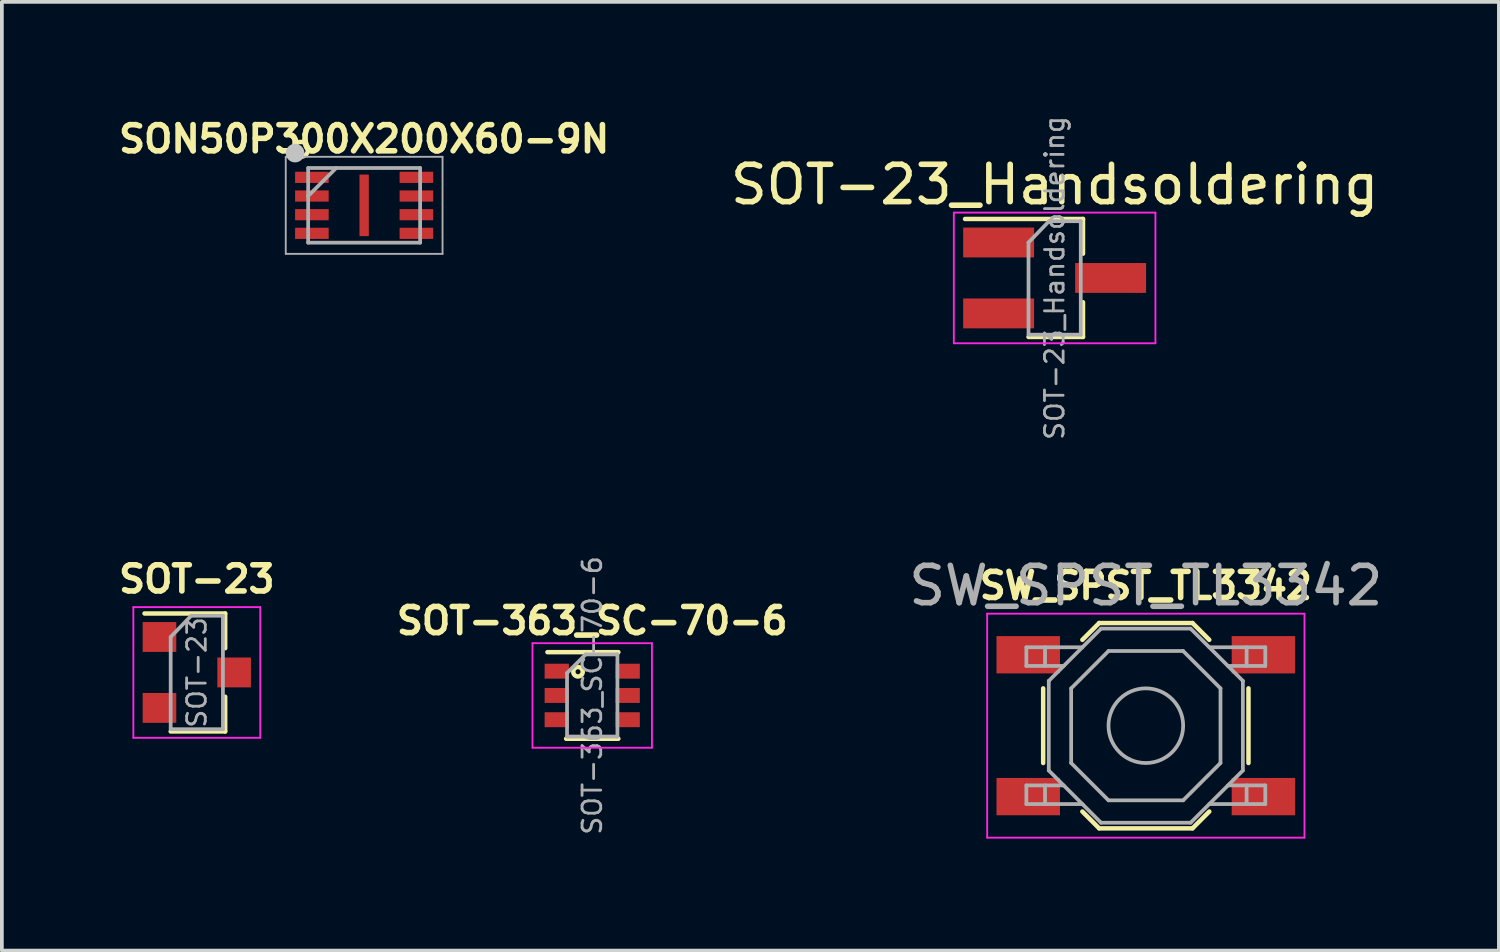
<source format=kicad_pcb>
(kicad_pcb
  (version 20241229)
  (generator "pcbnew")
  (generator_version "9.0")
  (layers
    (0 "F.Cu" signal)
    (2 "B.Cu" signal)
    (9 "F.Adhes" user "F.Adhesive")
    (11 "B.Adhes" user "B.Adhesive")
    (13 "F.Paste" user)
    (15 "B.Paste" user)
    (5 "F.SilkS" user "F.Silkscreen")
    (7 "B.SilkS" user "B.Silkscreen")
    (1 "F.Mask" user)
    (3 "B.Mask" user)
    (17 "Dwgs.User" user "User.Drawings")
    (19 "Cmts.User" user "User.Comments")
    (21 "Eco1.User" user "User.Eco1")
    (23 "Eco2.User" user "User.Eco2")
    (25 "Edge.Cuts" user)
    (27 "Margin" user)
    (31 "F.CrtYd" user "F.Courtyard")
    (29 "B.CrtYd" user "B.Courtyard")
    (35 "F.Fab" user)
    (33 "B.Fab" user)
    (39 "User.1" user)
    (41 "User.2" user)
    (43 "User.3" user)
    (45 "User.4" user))
  (footprint "SOT-23_Handsoldering"
    (layer "F.Cu")
    (at 25.202 4.396)
    (property "Reference" "SOT-23_Handsoldering" (at 0 -2.5 0) (layer "F.SilkS") (effects (font (size 1 1) (thickness 0.15))))
    (attr smd)
    (fp_line (start 0.76 -1.58) (end -2.4 -1.58) (stroke (width 0.12) (type solid)) (layer "F.SilkS"))
    (fp_line (start 0.76 -1.58) (end 0.76 -0.65) (stroke (width 0.12) (type solid)) (layer "F.SilkS"))
    (fp_line (start 0.76 1.58) (end -0.7 1.58) (stroke (width 0.12) (type solid)) (layer "F.SilkS"))
    (fp_line (start 0.76 1.58) (end 0.76 0.65) (stroke (width 0.12) (type solid)) (layer "F.SilkS"))
    (fp_line (start -2.7 -1.75) (end 2.7 -1.75) (stroke (width 0.05) (type solid)) (layer "F.CrtYd"))
    (fp_line (start -2.7 1.75) (end -2.7 -1.75) (stroke (width 0.05) (type solid)) (layer "F.CrtYd"))
    (fp_line (start 2.7 -1.75) (end 2.7 1.75) (stroke (width 0.05) (type solid)) (layer "F.CrtYd"))
    (fp_line (start 2.7 1.75) (end -2.7 1.75) (stroke (width 0.05) (type solid)) (layer "F.CrtYd"))
    (fp_line (start -0.7 -0.95) (end -0.7 1.5) (stroke (width 0.1) (type solid)) (layer "F.Fab"))
    (fp_line (start -0.7 -0.95) (end -0.15 -1.52) (stroke (width 0.1) (type solid)) (layer "F.Fab"))
    (fp_line (start -0.7 1.52) (end 0.7 1.52) (stroke (width 0.1) (type solid)) (layer "F.Fab"))
    (fp_line (start -0.15 -1.52) (end 0.7 -1.52) (stroke (width 0.1) (type solid)) (layer "F.Fab"))
    (fp_line (start 0.7 -1.52) (end 0.7 1.52) (stroke (width 0.1) (type solid)) (layer "F.Fab"))
    (fp_text user "${REFERENCE}" (at 0 0 90) (layer "F.Fab") (effects (font (size 0.5 0.5) (thickness 0.075))))
    (pad "1" smd rect (at -1.5 -0.95) (size 1.9 0.8) (layers "F.Cu" "F.Mask" "F.Paste"))
    (pad "2" smd rect (at -1.5 0.95) (size 1.9 0.8) (layers "F.Cu" "F.Mask" "F.Paste"))
    (pad "3" smd rect (at 1.5 0) (size 1.9 0.8) (layers "F.Cu" "F.Mask" "F.Paste")))
  (footprint "SON50P300X200X60-9N"
    (layer "F.Cu")
    (at 6.705 2.451)
    (property "Reference" "SON50P300X200X60-9N" (at 0 -1.778 0) (layer "F.SilkS") (effects (font (size 0.7 0.7) (thickness 0.15))))
    (attr smd)
    (fp_circle (center -1.7 -1.5) (end -1.5 -1.5) (stroke (width 0.12) (type solid)) (fill no) (layer "F.SilkS"))
    (fp_circle (center -1.85 -1.4) (end -1.725 -1.4) (stroke (width 0.25) (type solid)) (fill no) (layer "Dwgs.User"))
    (fp_line (start -2.1 -1.3) (end 2.1 -1.3) (stroke (width 0.05) (type solid)) (layer "F.Fab"))
    (fp_line (start -2.1 1.3) (end -2.1 -1.3) (stroke (width 0.05) (type solid)) (layer "F.Fab"))
    (fp_line (start -1.5 -1) (end -0.75 -1) (stroke (width 0.1) (type solid)) (layer "F.Fab"))
    (fp_line (start -1.5 -0.25) (end -1.5 -1) (stroke (width 0.1) (type solid)) (layer "F.Fab"))
    (fp_line (start -1.5 -0.25) (end -0.75 -1) (stroke (width 0.1) (type solid)) (layer "F.Fab"))
    (fp_line (start -1.5 1) (end -1.5 -0.25) (stroke (width 0.1) (type solid)) (layer "F.Fab"))
    (fp_line (start -0.75 -1) (end 1.5 -1) (stroke (width 0.1) (type solid)) (layer "F.Fab"))
    (fp_line (start 1.5 -1) (end 1.5 1) (stroke (width 0.1) (type solid)) (layer "F.Fab"))
    (fp_line (start 1.5 1) (end -1.5 1) (stroke (width 0.1) (type solid)) (layer "F.Fab"))
    (fp_line (start 2.1 -1.3) (end 2.1 1.3) (stroke (width 0.05) (type solid)) (layer "F.Fab"))
    (fp_line (start 2.1 1.3) (end -2.1 1.3) (stroke (width 0.05) (type solid)) (layer "F.Fab"))
    (pad "1" smd rect (at -1.4 -0.75) (size 0.9 0.3) (layers "F.Cu" "F.Mask" "F.Paste"))
    (pad "2" smd rect (at -1.4 -0.25) (size 0.9 0.3) (layers "F.Cu" "F.Mask" "F.Paste"))
    (pad "3" smd rect (at -1.4 0.25) (size 0.9 0.3) (layers "F.Cu" "F.Mask" "F.Paste"))
    (pad "4" smd rect (at -1.4 0.75) (size 0.9 0.3) (layers "F.Cu" "F.Mask" "F.Paste"))
    (pad "5" smd rect (at 1.4 0.75) (size 0.9 0.3) (layers "F.Cu" "F.Mask" "F.Paste"))
    (pad "6" smd rect (at 1.4 0.25) (size 0.9 0.3) (layers "F.Cu" "F.Mask" "F.Paste"))
    (pad "7" smd rect (at 1.4 -0.25) (size 0.9 0.3) (layers "F.Cu" "F.Mask" "F.Paste"))
    (pad "8" smd rect (at 1.4 -0.75) (size 0.9 0.3) (layers "F.Cu" "F.Mask" "F.Paste"))
    (pad "9" smd rect (at 0 0 90) (size 1.65 0.25) (layers "F.Cu" "F.Mask" "F.Paste")))
  (footprint "SOT-363_SC-70-6"
    (layer "F.Cu")
    (at 12.815 15.58)
    (property "Reference" "SOT-363_SC-70-6" (at 0 -2 0) (layer "F.SilkS") (effects (font (size 0.7 0.7) (thickness 0.15))))
    (attr smd)
    (fp_line (start -0.7 1.16) (end 0.7 1.16) (stroke (width 0.12) (type solid)) (layer "F.SilkS"))
    (fp_line (start 0.7 -1.16) (end -1.2 -1.16) (stroke (width 0.12) (type solid)) (layer "F.SilkS"))
    (fp_circle (center -0.381 -0.635) (end -0.254 -0.635) (stroke (width 0.12) (type solid)) (fill no) (layer "F.SilkS"))
    (fp_line (start -1.6 -1.4) (end -1.6 1.4) (stroke (width 0.05) (type solid)) (layer "F.CrtYd"))
    (fp_line (start -1.6 -1.4) (end 1.6 -1.4) (stroke (width 0.05) (type solid)) (layer "F.CrtYd"))
    (fp_line (start -1.6 1.4) (end 1.6 1.4) (stroke (width 0.05) (type solid)) (layer "F.CrtYd"))
    (fp_line (start 1.6 1.4) (end 1.6 -1.4) (stroke (width 0.05) (type solid)) (layer "F.CrtYd"))
    (fp_line (start -0.675 -0.6) (end -0.675 1.1) (stroke (width 0.1) (type solid)) (layer "F.Fab"))
    (fp_line (start -0.175 -1.1) (end -0.675 -0.6) (stroke (width 0.1) (type solid)) (layer "F.Fab"))
    (fp_line (start 0.675 -1.1) (end -0.175 -1.1) (stroke (width 0.1) (type solid)) (layer "F.Fab"))
    (fp_line (start 0.675 -1.1) (end 0.675 1.1) (stroke (width 0.1) (type solid)) (layer "F.Fab"))
    (fp_line (start 0.675 1.1) (end -0.675 1.1) (stroke (width 0.1) (type solid)) (layer "F.Fab"))
    (fp_text user "${REFERENCE}" (at 0 0 90) (layer "F.Fab") (effects (font (size 0.5 0.5) (thickness 0.075))))
    (pad "1" smd rect (at -0.95 -0.65) (size 0.65 0.4) (layers "F.Cu" "F.Mask" "F.Paste"))
    (pad "2" smd rect (at -0.95 0) (size 0.65 0.4) (layers "F.Cu" "F.Mask" "F.Paste"))
    (pad "3" smd rect (at -0.95 0.65) (size 0.65 0.4) (layers "F.Cu" "F.Mask" "F.Paste"))
    (pad "4" smd rect (at 0.95 0.65) (size 0.65 0.4) (layers "F.Cu" "F.Mask" "F.Paste"))
    (pad "5" smd rect (at 0.95 0) (size 0.65 0.4) (layers "F.Cu" "F.Mask" "F.Paste"))
    (pad "6" smd rect (at 0.95 -0.65) (size 0.65 0.4) (layers "F.Cu" "F.Mask" "F.Paste")))
  (footprint "SOT-23"
    (layer "F.Cu")
    (at 2.222 14.964)
    (property "Reference" "SOT-23" (at 0 -2.5 0) (layer "F.SilkS") (effects (font (size 0.7 0.7) (thickness 0.15))))
    (attr smd)
    (fp_line (start 0.76 -1.58) (end -1.4 -1.58) (stroke (width 0.12) (type solid)) (layer "F.SilkS"))
    (fp_line (start 0.76 -1.58) (end 0.76 -0.65) (stroke (width 0.12) (type solid)) (layer "F.SilkS"))
    (fp_line (start 0.76 1.58) (end -0.7 1.58) (stroke (width 0.12) (type solid)) (layer "F.SilkS"))
    (fp_line (start 0.76 1.58) (end 0.76 0.65) (stroke (width 0.12) (type solid)) (layer "F.SilkS"))
    (fp_line (start -1.7 -1.75) (end 1.7 -1.75) (stroke (width 0.05) (type solid)) (layer "F.CrtYd"))
    (fp_line (start -1.7 1.75) (end -1.7 -1.75) (stroke (width 0.05) (type solid)) (layer "F.CrtYd"))
    (fp_line (start 1.7 -1.75) (end 1.7 1.75) (stroke (width 0.05) (type solid)) (layer "F.CrtYd"))
    (fp_line (start 1.7 1.75) (end -1.7 1.75) (stroke (width 0.05) (type solid)) (layer "F.CrtYd"))
    (fp_line (start -0.7 -0.95) (end -0.7 1.5) (stroke (width 0.1) (type solid)) (layer "F.Fab"))
    (fp_line (start -0.7 -0.95) (end -0.15 -1.52) (stroke (width 0.1) (type solid)) (layer "F.Fab"))
    (fp_line (start -0.7 1.52) (end 0.7 1.52) (stroke (width 0.1) (type solid)) (layer "F.Fab"))
    (fp_line (start -0.15 -1.52) (end 0.7 -1.52) (stroke (width 0.1) (type solid)) (layer "F.Fab"))
    (fp_line (start 0.7 -1.52) (end 0.7 1.52) (stroke (width 0.1) (type solid)) (layer "F.Fab"))
    (fp_text user "${REFERENCE}" (at 0 0 90) (layer "F.Fab") (effects (font (size 0.5 0.5) (thickness 0.075))))
    (pad "1" smd rect (at -1 -0.95) (size 0.9 0.8) (layers "F.Cu" "F.Mask" "F.Paste"))
    (pad "2" smd rect (at -1 0.95) (size 0.9 0.8) (layers "F.Cu" "F.Mask" "F.Paste"))
    (pad "3" smd rect (at 1 0) (size 0.9 0.8) (layers "F.Cu" "F.Mask" "F.Paste")))
  (footprint "SW_SPST_TL3342"
    (layer "F.Cu")
    (at 27.645 16.39)
    (property "Reference" "SW_SPST_TL3342" (at 0 -3.75 0) (layer "F.SilkS") (effects (font (size 0.7 0.7) (thickness 0.15))))
    (attr smd)
    (fp_line (start -2.75 -1) (end -2.75 1) (stroke (width 0.12) (type solid)) (layer "F.SilkS"))
    (fp_line (start -1.7 -2.3) (end -1.25 -2.75) (stroke (width 0.12) (type solid)) (layer "F.SilkS"))
    (fp_line (start -1.7 2.3) (end -1.25 2.75) (stroke (width 0.12) (type solid)) (layer "F.SilkS"))
    (fp_line (start -1.25 -2.75) (end 1.25 -2.75) (stroke (width 0.12) (type solid)) (layer "F.SilkS"))
    (fp_line (start -1.25 2.75) (end 1.25 2.75) (stroke (width 0.12) (type solid)) (layer "F.SilkS"))
    (fp_line (start 1.7 -2.3) (end 1.25 -2.75) (stroke (width 0.12) (type solid)) (layer "F.SilkS"))
    (fp_line (start 1.7 2.3) (end 1.25 2.75) (stroke (width 0.12) (type solid)) (layer "F.SilkS"))
    (fp_line (start 2.75 -1) (end 2.75 1) (stroke (width 0.12) (type solid)) (layer "F.SilkS"))
    (fp_line (start -4.25 -3) (end 4.25 -3) (stroke (width 0.05) (type solid)) (layer "F.CrtYd"))
    (fp_line (start -4.25 3) (end -4.25 -3) (stroke (width 0.05) (type solid)) (layer "F.CrtYd"))
    (fp_line (start 4.25 -3) (end 4.25 3) (stroke (width 0.05) (type solid)) (layer "F.CrtYd"))
    (fp_line (start 4.25 3) (end -4.25 3) (stroke (width 0.05) (type solid)) (layer "F.CrtYd"))
    (fp_line (start -3.2 -2.1) (end -3.2 -1.6) (stroke (width 0.1) (type solid)) (layer "F.Fab"))
    (fp_line (start -3.2 -1.6) (end -2.2 -1.6) (stroke (width 0.1) (type solid)) (layer "F.Fab"))
    (fp_line (start -3.2 1.6) (end -2.2 1.6) (stroke (width 0.1) (type solid)) (layer "F.Fab"))
    (fp_line (start -3.2 2.1) (end -3.2 1.6) (stroke (width 0.1) (type solid)) (layer "F.Fab"))
    (fp_line (start -2.7 -2.1) (end -2.7 -1.6) (stroke (width 0.1) (type solid)) (layer "F.Fab"))
    (fp_line (start -2.7 2.1) (end -2.7 1.6) (stroke (width 0.1) (type solid)) (layer "F.Fab"))
    (fp_line (start -2.6 -1.2) (end -2.6 1.2) (stroke (width 0.1) (type solid)) (layer "F.Fab"))
    (fp_line (start -2.6 1.2) (end -1.2 2.6) (stroke (width 0.1) (type solid)) (layer "F.Fab"))
    (fp_line (start -2 -1) (end -1 -2) (stroke (width 0.1) (type solid)) (layer "F.Fab"))
    (fp_line (start -2 1) (end -2 -1) (stroke (width 0.1) (type solid)) (layer "F.Fab"))
    (fp_line (start -1.7 -2.1) (end -3.2 -2.1) (stroke (width 0.1) (type solid)) (layer "F.Fab"))
    (fp_line (start -1.7 2.1) (end -3.2 2.1) (stroke (width 0.1) (type solid)) (layer "F.Fab"))
    (fp_line (start -1.2 -2.6) (end -2.6 -1.2) (stroke (width 0.1) (type solid)) (layer "F.Fab"))
    (fp_line (start -1.2 2.6) (end 1.2 2.6) (stroke (width 0.1) (type solid)) (layer "F.Fab"))
    (fp_line (start -1 -2) (end 1 -2) (stroke (width 0.1) (type solid)) (layer "F.Fab"))
    (fp_line (start -1 2) (end -2 1) (stroke (width 0.1) (type solid)) (layer "F.Fab"))
    (fp_line (start 1 -2) (end 2 -1) (stroke (width 0.1) (type solid)) (layer "F.Fab"))
    (fp_line (start 1 2) (end -1 2) (stroke (width 0.1) (type solid)) (layer "F.Fab"))
    (fp_line (start 1.2 -2.6) (end -1.2 -2.6) (stroke (width 0.1) (type solid)) (layer "F.Fab"))
    (fp_line (start 1.2 2.6) (end 2.6 1.2) (stroke (width 0.1) (type solid)) (layer "F.Fab"))
    (fp_line (start 1.7 -2.1) (end 3.2 -2.1) (stroke (width 0.1) (type solid)) (layer "F.Fab"))
    (fp_line (start 1.7 2.1) (end 3.2 2.1) (stroke (width 0.1) (type solid)) (layer "F.Fab"))
    (fp_line (start 2 -1) (end 2 1) (stroke (width 0.1) (type solid)) (layer "F.Fab"))
    (fp_line (start 2 1) (end 1 2) (stroke (width 0.1) (type solid)) (layer "F.Fab"))
    (fp_line (start 2.6 -1.2) (end 1.2 -2.6) (stroke (width 0.1) (type solid)) (layer "F.Fab"))
    (fp_line (start 2.6 1.2) (end 2.6 -1.2) (stroke (width 0.1) (type solid)) (layer "F.Fab"))
    (fp_line (start 2.7 -2.1) (end 2.7 -1.6) (stroke (width 0.1) (type solid)) (layer "F.Fab"))
    (fp_line (start 2.7 2.1) (end 2.7 1.6) (stroke (width 0.1) (type solid)) (layer "F.Fab"))
    (fp_line (start 3.2 -2.1) (end 3.2 -1.6) (stroke (width 0.1) (type solid)) (layer "F.Fab"))
    (fp_line (start 3.2 -1.6) (end 2.2 -1.6) (stroke (width 0.1) (type solid)) (layer "F.Fab"))
    (fp_line (start 3.2 1.6) (end 2.2 1.6) (stroke (width 0.1) (type solid)) (layer "F.Fab"))
    (fp_line (start 3.2 2.1) (end 3.2 1.6) (stroke (width 0.1) (type solid)) (layer "F.Fab"))
    (fp_circle (center 0 0) (end 1 0) (stroke (width 0.1) (type solid)) (fill no) (layer "F.Fab"))
    (fp_text user "${REFERENCE}" (at 0 -3.75 0) (layer "F.Fab") (effects (font (size 1 1) (thickness 0.15))))
    (pad "1" smd rect (at -3.15 -1.9) (size 1.7 1) (layers "F.Cu" "F.Mask" "F.Paste"))
    (pad "1" smd rect (at 3.15 -1.9) (size 1.7 1) (layers "F.Cu" "F.Mask" "F.Paste"))
    (pad "2" smd rect (at -3.15 1.9) (size 1.7 1) (layers "F.Cu" "F.Mask" "F.Paste"))
    (pad "2" smd rect (at 3.15 1.9) (size 1.7 1) (layers "F.Cu" "F.Mask" "F.Paste")))
  (gr_rect
    (start -3 -3)
    (end 37.103 22.415)
    (stroke (width 0.1) (type default))
    (fill no)
    (layer "Edge.Cuts")))
</source>
